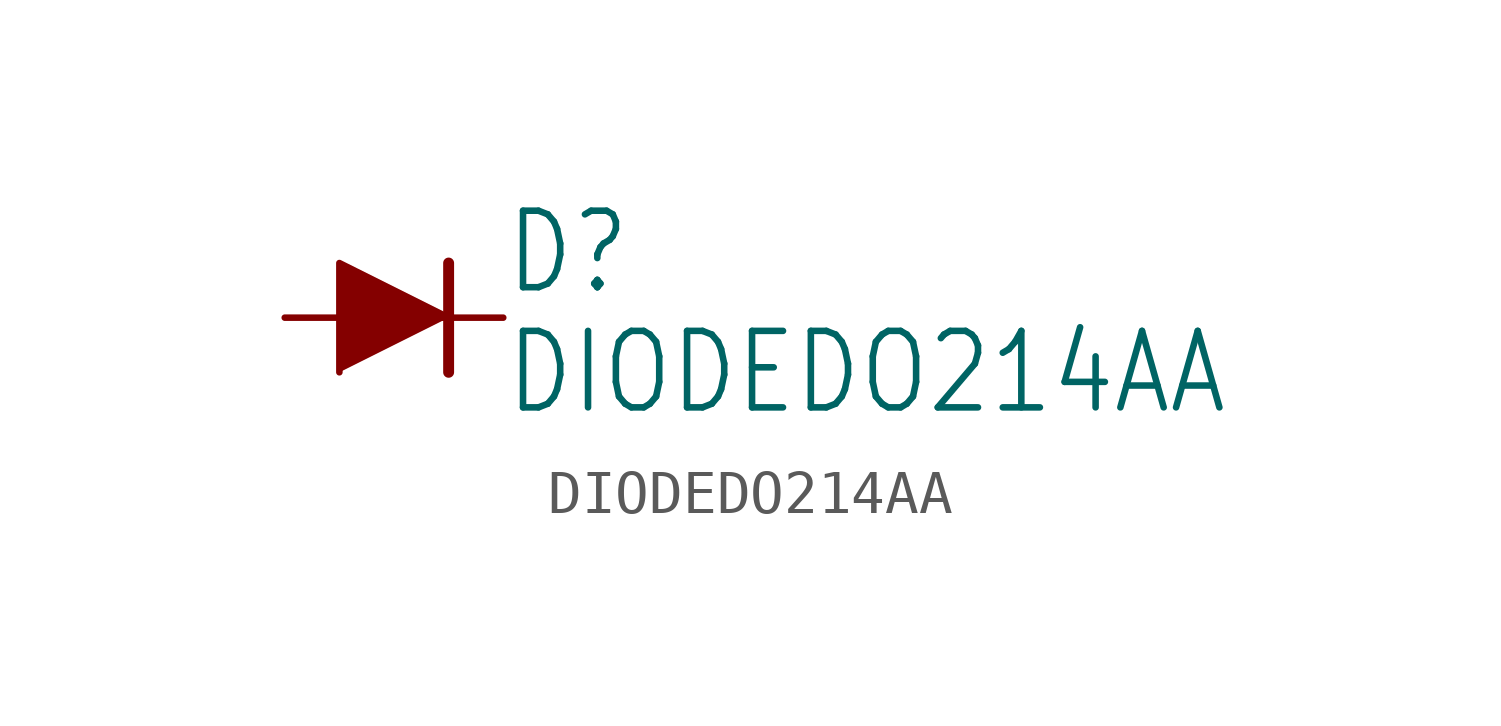
<source format=kicad_sym>
(kicad_symbol_lib
  (version 20211014)
  (generator kicad_symbol_editor)
  (symbol "DIODEDO214AA"
    (property "Reference" "D"
      (at 2.54 0.483 0)
      (effects (font (size 1.778 1.511)) (justify left bottom)))
    (property "Value" "DIODEDO214AA"
      (at 2.54 -2.311 0)
      (effects (font (size 1.778 1.511)) (justify left bottom)))
    (property "ki_locked" ""
      (at 0 0 0)
      (effects (font (size 1.27 1.27))))
    (symbol "DIODEDO214AA_1_0"
      (polyline (pts (xy 1.27 0) (xy 1.27 -1.27)) (stroke (width 0.254) (type default) (color 0 0 0 0)) (fill (type none)))
      (polyline (pts (xy 1.27 1.27) (xy 1.27 0)) (stroke (width 0.254) (type default) (color 0 0 0 0)) (fill (type none)))
      (polyline (pts (xy 1.27 0) (xy -1.27 1.27) (xy -1.27 -1.27)) (stroke (width 0) (type default) (color 0 0 0 0)) (fill (type outline)))
      (pin passive line (at -2.54 0 0) (length 2.54) (name "A" (effects (font (size 0 0)))) (number "A" (effects (font (size 0 0)))))
      (pin passive line (at 2.54 0 180) (length 2.54) (name "C" (effects (font (size 0 0)))) (number "C" (effects (font (size 0 0))))))))
</source>
